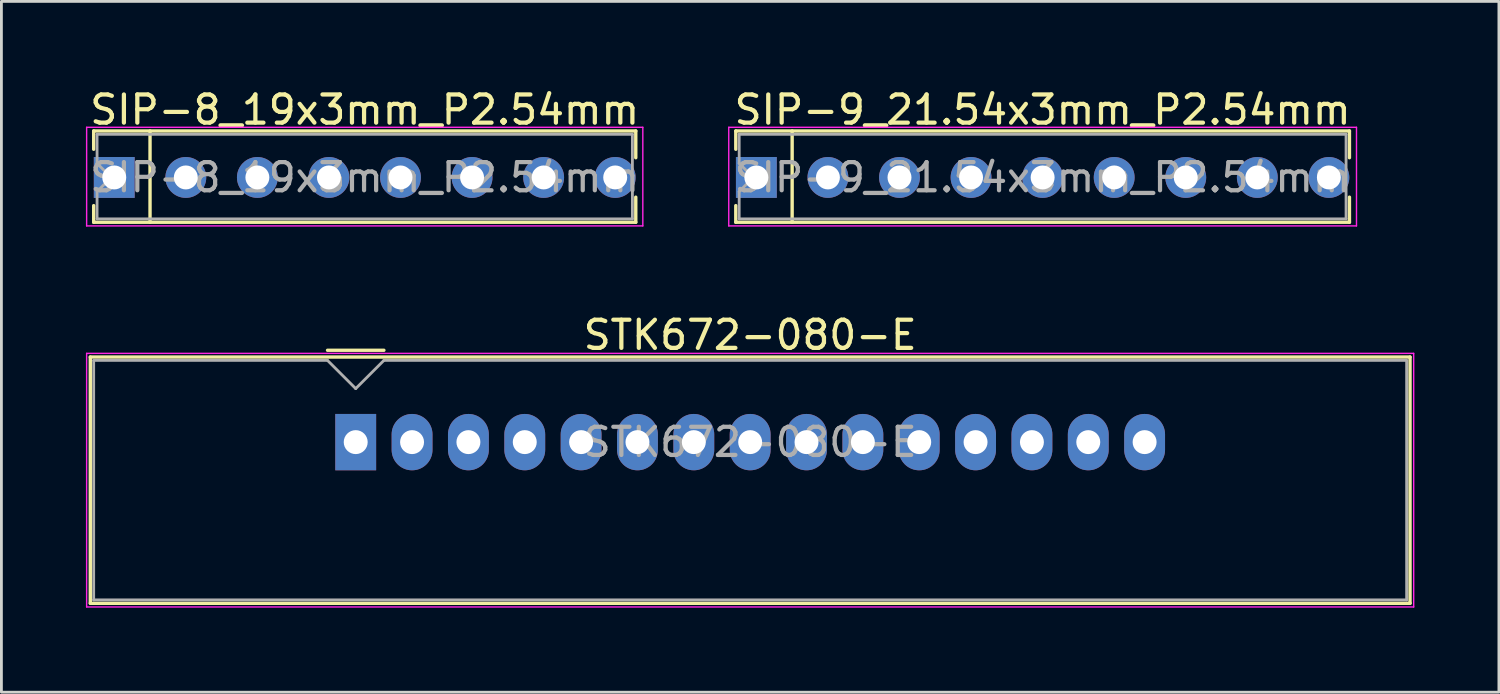
<source format=kicad_pcb>
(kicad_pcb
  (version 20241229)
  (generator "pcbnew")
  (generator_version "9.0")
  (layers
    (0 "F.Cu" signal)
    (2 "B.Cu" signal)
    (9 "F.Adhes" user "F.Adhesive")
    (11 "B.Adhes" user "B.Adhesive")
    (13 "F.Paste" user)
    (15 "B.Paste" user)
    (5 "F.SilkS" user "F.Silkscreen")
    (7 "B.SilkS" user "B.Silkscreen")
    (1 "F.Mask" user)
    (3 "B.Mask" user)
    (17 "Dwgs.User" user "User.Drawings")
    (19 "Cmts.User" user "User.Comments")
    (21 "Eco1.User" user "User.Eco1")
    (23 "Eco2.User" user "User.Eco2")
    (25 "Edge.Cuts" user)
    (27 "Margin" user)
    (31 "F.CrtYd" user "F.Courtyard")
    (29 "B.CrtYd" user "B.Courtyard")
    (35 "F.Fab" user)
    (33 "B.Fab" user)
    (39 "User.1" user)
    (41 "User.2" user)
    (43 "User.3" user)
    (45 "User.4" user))
  (footprint "STK672-080-E"
    (layer "F.Cu")
    (at 9.575 12.642)
    (property "Reference" "STK672-080-E" (at 14 -3.8 0) (layer "F.SilkS") (effects (font (size 1 1) (thickness 0.15))))
    (attr through_hole)
    (fp_line (start -9.42 -3.02) (end 37.42 -3.02) (stroke (width 0.12) (type solid)) (layer "F.SilkS"))
    (fp_line (start -9.42 5.72) (end -9.42 -3.02) (stroke (width 0.12) (type solid)) (layer "F.SilkS"))
    (fp_line (start -1 -3.26) (end 1 -3.26) (stroke (width 0.12) (type solid)) (layer "F.SilkS"))
    (fp_line (start 37.42 -3.02) (end 37.42 5.72) (stroke (width 0.12) (type solid)) (layer "F.SilkS"))
    (fp_line (start 37.42 5.72) (end -9.42 5.72) (stroke (width 0.12) (type solid)) (layer "F.SilkS"))
    (fp_line (start -9.55 -3.15) (end -9.55 5.85) (stroke (width 0.05) (type solid)) (layer "F.CrtYd"))
    (fp_line (start -9.55 -3.15) (end 37.55 -3.15) (stroke (width 0.05) (type solid)) (layer "F.CrtYd"))
    (fp_line (start -9.55 5.85) (end 37.55 5.85) (stroke (width 0.05) (type solid)) (layer "F.CrtYd"))
    (fp_line (start 37.55 -3.15) (end 37.55 5.85) (stroke (width 0.05) (type solid)) (layer "F.CrtYd"))
    (fp_line (start -9.3 -2.9) (end -1 -2.9) (stroke (width 0.1) (type solid)) (layer "F.Fab"))
    (fp_line (start -9.3 5.6) (end -9.3 -2.9) (stroke (width 0.1) (type solid)) (layer "F.Fab"))
    (fp_line (start -1 -2.9) (end 0 -1.9) (stroke (width 0.1) (type solid)) (layer "F.Fab"))
    (fp_line (start 0 -1.9) (end 1 -2.9) (stroke (width 0.1) (type solid)) (layer "F.Fab"))
    (fp_line (start 1 -2.9) (end 37.3 -2.9) (stroke (width 0.1) (type solid)) (layer "F.Fab"))
    (fp_line (start 37.3 -2.9) (end 37.3 5.6) (stroke (width 0.1) (type solid)) (layer "F.Fab"))
    (fp_line (start 37.3 5.6) (end -9.3 5.6) (stroke (width 0.1) (type solid)) (layer "F.Fab"))
    (fp_text user "${REFERENCE}" (at 14 0 0) (layer "F.Fab") (effects (font (size 1 1) (thickness 0.15))))
    (pad "1" thru_hole rect (at 0 0) (size 1.45 2) (drill 0.85) (layers "*.Cu" "*.Mask"))
    (pad "2" thru_hole oval (at 2 0) (size 1.45 2) (drill 0.85) (layers "*.Cu" "*.Mask"))
    (pad "3" thru_hole oval (at 4 0) (size 1.45 2) (drill 0.85) (layers "*.Cu" "*.Mask"))
    (pad "4" thru_hole oval (at 6 0) (size 1.45 2) (drill 0.85) (layers "*.Cu" "*.Mask"))
    (pad "5" thru_hole oval (at 8 0) (size 1.45 2) (drill 0.85) (layers "*.Cu" "*.Mask"))
    (pad "6" thru_hole oval (at 10 0) (size 1.45 2) (drill 0.85) (layers "*.Cu" "*.Mask"))
    (pad "7" thru_hole oval (at 12 0) (size 1.45 2) (drill 0.85) (layers "*.Cu" "*.Mask"))
    (pad "8" thru_hole oval (at 14 0) (size 1.45 2) (drill 0.85) (layers "*.Cu" "*.Mask"))
    (pad "9" thru_hole oval (at 16 0) (size 1.45 2) (drill 0.85) (layers "*.Cu" "*.Mask"))
    (pad "10" thru_hole oval (at 18 0) (size 1.45 2) (drill 0.85) (layers "*.Cu" "*.Mask"))
    (pad "11" thru_hole oval (at 20 0) (size 1.45 2) (drill 0.85) (layers "*.Cu" "*.Mask"))
    (pad "12" thru_hole oval (at 22 0) (size 1.45 2) (drill 0.85) (layers "*.Cu" "*.Mask"))
    (pad "13" thru_hole oval (at 24 0) (size 1.45 2) (drill 0.85) (layers "*.Cu" "*.Mask"))
    (pad "14" thru_hole oval (at 26 0) (size 1.45 2) (drill 0.85) (layers "*.Cu" "*.Mask"))
    (pad "15" thru_hole oval (at 28 0) (size 1.45 2) (drill 0.85) (layers "*.Cu" "*.Mask")))
  (footprint "SIP-9_21.54x3mm_P2.54mm"
    (layer "F.Cu")
    (at 23.795 3.248)
    (property "Reference" "SIP-9_21.54x3mm_P2.54mm" (at 10.16 -2.4 0) (layer "F.SilkS") (effects (font (size 1 1) (thickness 0.15))))
    (attr through_hole)
    (fp_line (start -0.73 -1.65) (end -0.73 -1) (stroke (width 0.12) (type solid)) (layer "F.SilkS"))
    (fp_line (start -0.73 1.59) (end -0.73 1) (stroke (width 0.12) (type solid)) (layer "F.SilkS"))
    (fp_line (start 1.27 1.59) (end 1.27 -1.65) (stroke (width 0.12) (type solid)) (layer "F.SilkS"))
    (fp_line (start 21.05 -1.65) (end -0.73 -1.65) (stroke (width 0.12) (type solid)) (layer "F.SilkS"))
    (fp_line (start 21.05 -1.65) (end 21.05 -0.7) (stroke (width 0.12) (type solid)) (layer "F.SilkS"))
    (fp_line (start 21.05 1.59) (end -0.73 1.59) (stroke (width 0.12) (type solid)) (layer "F.SilkS"))
    (fp_line (start 21.05 1.59) (end 21.05 0.7) (stroke (width 0.12) (type solid)) (layer "F.SilkS"))
    (fp_line (start -0.98 -1.78) (end 21.3 -1.78) (stroke (width 0.05) (type solid)) (layer "F.CrtYd"))
    (fp_line (start -0.98 1.72) (end -0.98 -1.78) (stroke (width 0.05) (type solid)) (layer "F.CrtYd"))
    (fp_line (start 21.3 -1.78) (end 21.3 1.72) (stroke (width 0.05) (type solid)) (layer "F.CrtYd"))
    (fp_line (start 21.3 1.72) (end -0.98 1.72) (stroke (width 0.05) (type solid)) (layer "F.CrtYd"))
    (fp_line (start -0.61 -1.53) (end -0.61 -0.5) (stroke (width 0.1) (type solid)) (layer "F.Fab"))
    (fp_line (start -0.61 -0.5) (end -0.11 0) (stroke (width 0.1) (type solid)) (layer "F.Fab"))
    (fp_line (start -0.61 0.5) (end -0.61 1.47) (stroke (width 0.1) (type solid)) (layer "F.Fab"))
    (fp_line (start -0.11 0) (end -0.61 0.5) (stroke (width 0.1) (type solid)) (layer "F.Fab"))
    (fp_line (start 20.93 -1.53) (end -0.61 -1.53) (stroke (width 0.1) (type solid)) (layer "F.Fab"))
    (fp_line (start 20.93 -1.53) (end 20.93 1.47) (stroke (width 0.1) (type solid)) (layer "F.Fab"))
    (fp_line (start 20.93 1.47) (end -0.61 1.47) (stroke (width 0.1) (type solid)) (layer "F.Fab"))
    (fp_text user "${REFERENCE}" (at 10.16 0 0) (layer "F.Fab") (effects (font (size 1 1) (thickness 0.15))))
    (pad "1" thru_hole rect (at 0 0 90) (size 1.45 1.45) (drill 0.85) (layers "*.Cu" "*.Mask"))
    (pad "2" thru_hole circle (at 2.54 0 90) (size 1.45 1.45) (drill 0.85) (layers "*.Cu" "*.Mask"))
    (pad "3" thru_hole circle (at 5.08 0 90) (size 1.45 1.45) (drill 0.85) (layers "*.Cu" "*.Mask"))
    (pad "4" thru_hole circle (at 7.62 0 90) (size 1.45 1.45) (drill 0.85) (layers "*.Cu" "*.Mask"))
    (pad "5" thru_hole circle (at 10.16 0 90) (size 1.45 1.45) (drill 0.85) (layers "*.Cu" "*.Mask"))
    (pad "6" thru_hole circle (at 12.7 0 90) (size 1.45 1.45) (drill 0.85) (layers "*.Cu" "*.Mask"))
    (pad "7" thru_hole circle (at 15.24 0 90) (size 1.45 1.45) (drill 0.85) (layers "*.Cu" "*.Mask"))
    (pad "8" thru_hole circle (at 17.78 0 90) (size 1.45 1.45) (drill 0.85) (layers "*.Cu" "*.Mask"))
    (pad "9" thru_hole circle (at 20.32 0 90) (size 1.45 1.45) (drill 0.85) (layers "*.Cu" "*.Mask")))
  (footprint "SIP-8_19x3mm_P2.54mm"
    (layer "F.Cu")
    (at 1.005 3.248)
    (property "Reference" "SIP-8_19x3mm_P2.54mm" (at 8.89 -2.4 0) (layer "F.SilkS") (effects (font (size 1 1) (thickness 0.15))))
    (attr through_hole)
    (fp_line (start -0.73 -1.65) (end -0.73 -1) (stroke (width 0.12) (type solid)) (layer "F.SilkS"))
    (fp_line (start -0.73 1.59) (end -0.73 1) (stroke (width 0.12) (type solid)) (layer "F.SilkS"))
    (fp_line (start 1.27 1.59) (end 1.27 -1.65) (stroke (width 0.12) (type solid)) (layer "F.SilkS"))
    (fp_line (start 18.51 -1.65) (end -0.73 -1.65) (stroke (width 0.12) (type solid)) (layer "F.SilkS"))
    (fp_line (start 18.51 -1.65) (end 18.51 -0.7) (stroke (width 0.12) (type solid)) (layer "F.SilkS"))
    (fp_line (start 18.51 1.59) (end -0.73 1.59) (stroke (width 0.12) (type solid)) (layer "F.SilkS"))
    (fp_line (start 18.51 1.59) (end 18.51 0.7) (stroke (width 0.12) (type solid)) (layer "F.SilkS"))
    (fp_line (start -0.98 -1.78) (end 18.76 -1.78) (stroke (width 0.05) (type solid)) (layer "F.CrtYd"))
    (fp_line (start -0.98 1.72) (end -0.98 -1.78) (stroke (width 0.05) (type solid)) (layer "F.CrtYd"))
    (fp_line (start 18.76 -1.78) (end 18.76 1.72) (stroke (width 0.05) (type solid)) (layer "F.CrtYd"))
    (fp_line (start 18.76 1.72) (end -0.98 1.72) (stroke (width 0.05) (type solid)) (layer "F.CrtYd"))
    (fp_line (start -0.61 -1.53) (end -0.61 -0.5) (stroke (width 0.1) (type solid)) (layer "F.Fab"))
    (fp_line (start -0.61 -0.5) (end -0.11 0) (stroke (width 0.1) (type solid)) (layer "F.Fab"))
    (fp_line (start -0.61 0.5) (end -0.61 1.47) (stroke (width 0.1) (type solid)) (layer "F.Fab"))
    (fp_line (start -0.11 0) (end -0.61 0.5) (stroke (width 0.1) (type solid)) (layer "F.Fab"))
    (fp_line (start 18.39 -1.53) (end -0.61 -1.53) (stroke (width 0.1) (type solid)) (layer "F.Fab"))
    (fp_line (start 18.39 -1.53) (end 18.39 1.47) (stroke (width 0.1) (type solid)) (layer "F.Fab"))
    (fp_line (start 18.39 1.47) (end -0.61 1.47) (stroke (width 0.1) (type solid)) (layer "F.Fab"))
    (fp_text user "${REFERENCE}" (at 8.89 0 0) (layer "F.Fab") (effects (font (size 1 1) (thickness 0.15))))
    (pad "1" thru_hole rect (at 0 0 90) (size 1.45 1.45) (drill 0.85) (layers "*.Cu" "*.Mask"))
    (pad "2" thru_hole circle (at 2.54 0 90) (size 1.45 1.45) (drill 0.85) (layers "*.Cu" "*.Mask"))
    (pad "3" thru_hole circle (at 5.08 0 90) (size 1.45 1.45) (drill 0.85) (layers "*.Cu" "*.Mask"))
    (pad "4" thru_hole circle (at 7.62 0 90) (size 1.45 1.45) (drill 0.85) (layers "*.Cu" "*.Mask"))
    (pad "5" thru_hole circle (at 10.16 0 90) (size 1.45 1.45) (drill 0.85) (layers "*.Cu" "*.Mask"))
    (pad "6" thru_hole circle (at 12.7 0 90) (size 1.45 1.45) (drill 0.85) (layers "*.Cu" "*.Mask"))
    (pad "7" thru_hole circle (at 15.24 0 90) (size 1.45 1.45) (drill 0.85) (layers "*.Cu" "*.Mask"))
    (pad "8" thru_hole circle (at 17.78 0 90) (size 1.45 1.45) (drill 0.85) (layers "*.Cu" "*.Mask")))
  (gr_rect
    (start -3 -3)
    (end 50.15 21.517)
    (stroke (width 0.1) (type default))
    (fill no)
    (layer "Edge.Cuts")))
</source>
